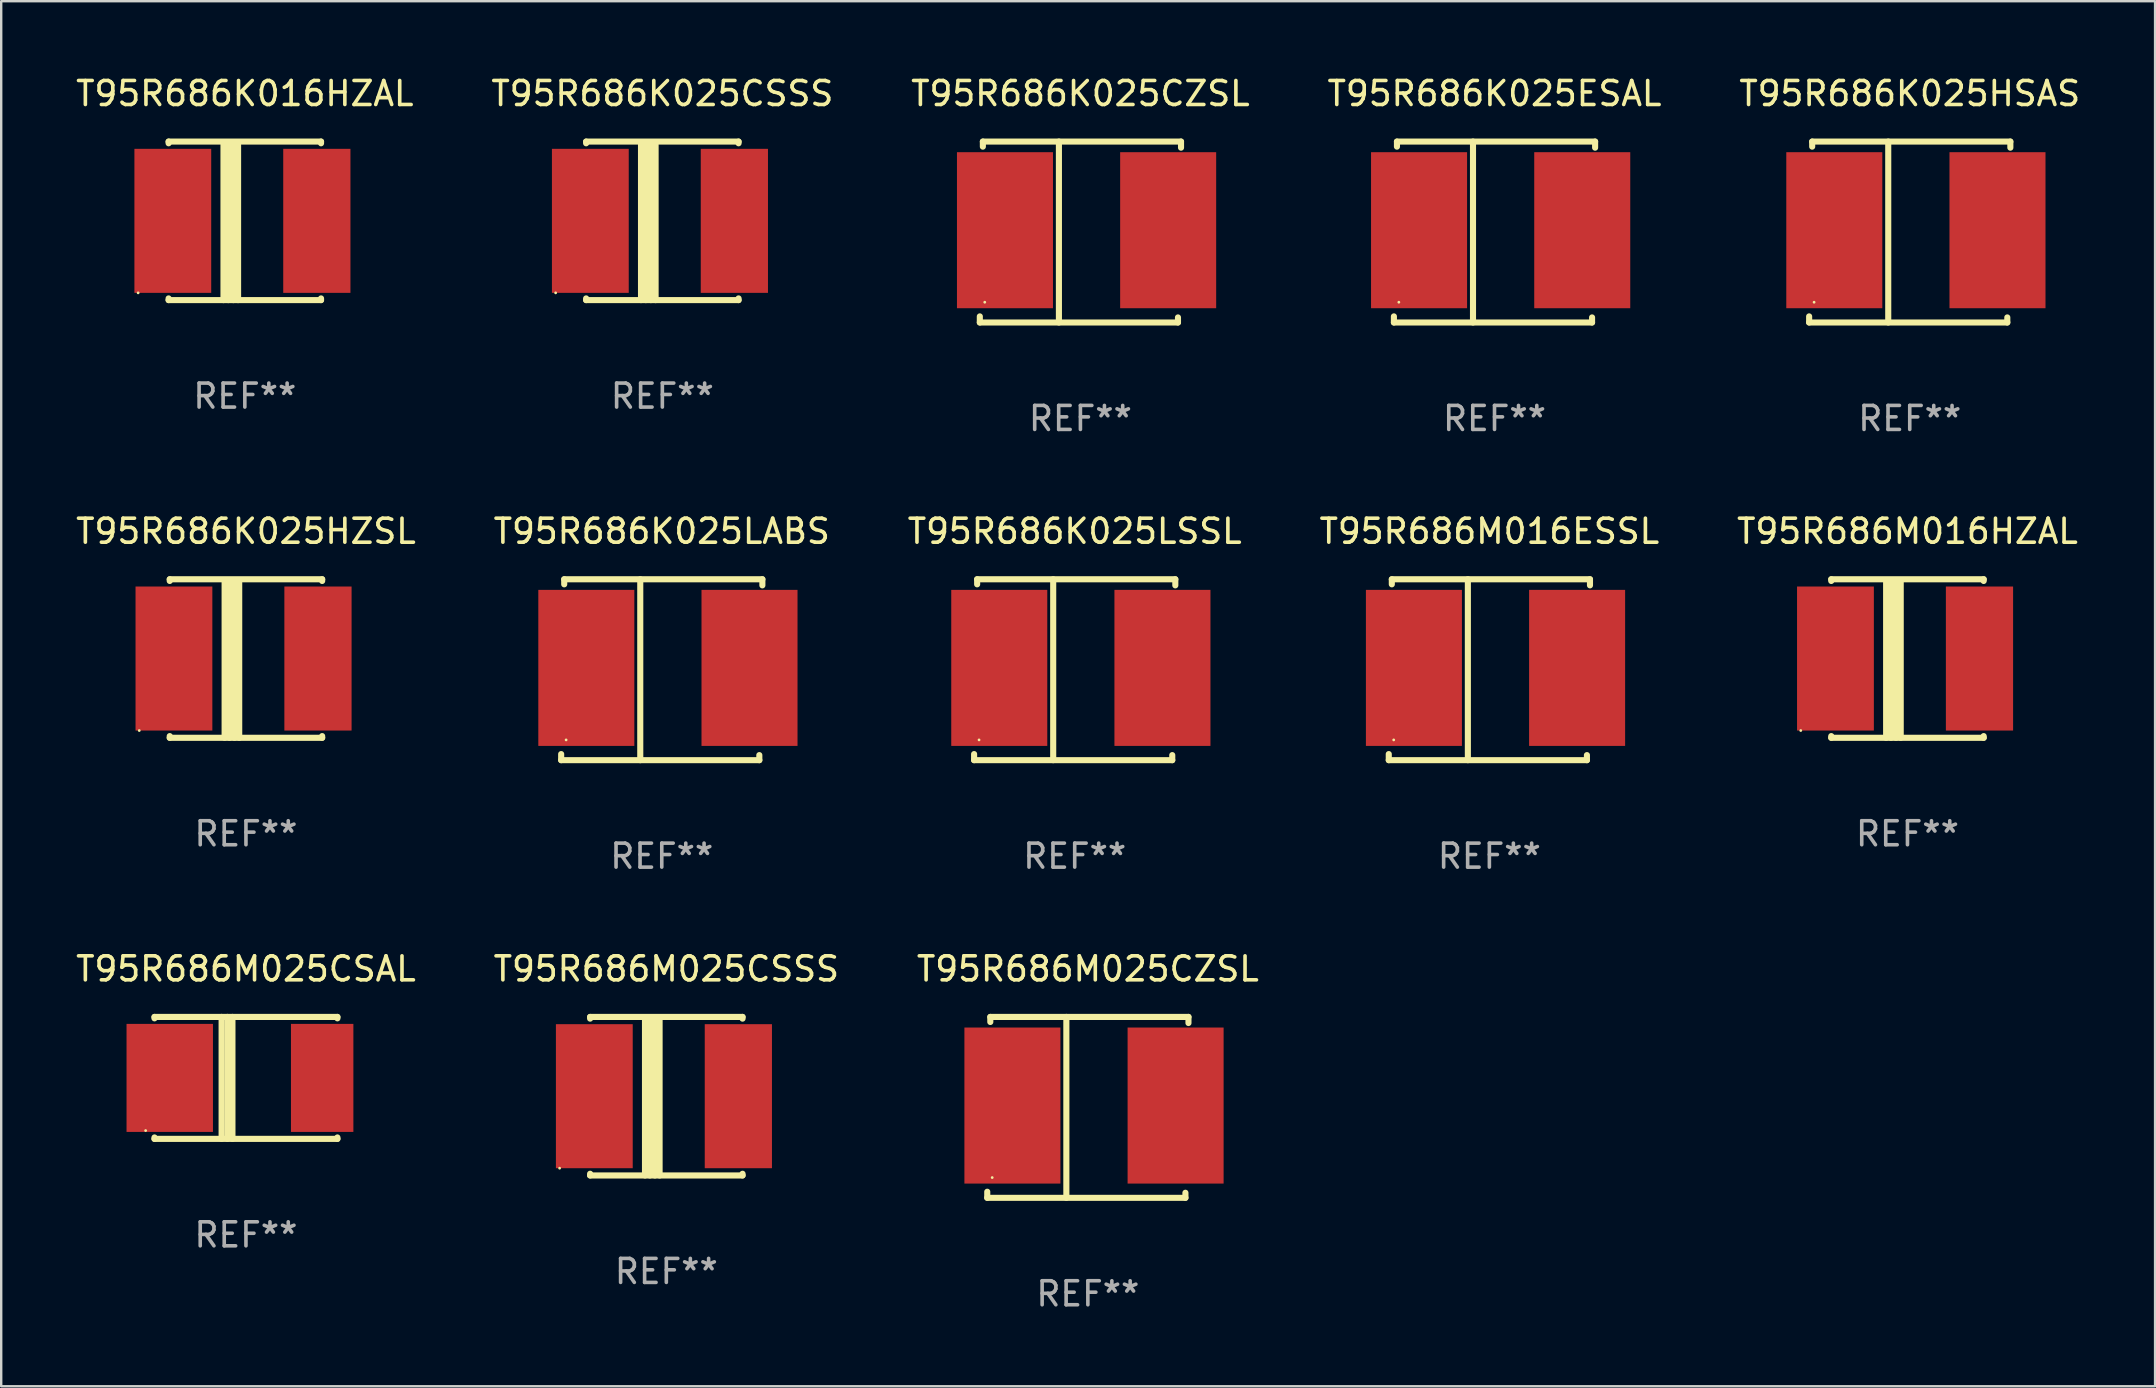
<source format=kicad_pcb>
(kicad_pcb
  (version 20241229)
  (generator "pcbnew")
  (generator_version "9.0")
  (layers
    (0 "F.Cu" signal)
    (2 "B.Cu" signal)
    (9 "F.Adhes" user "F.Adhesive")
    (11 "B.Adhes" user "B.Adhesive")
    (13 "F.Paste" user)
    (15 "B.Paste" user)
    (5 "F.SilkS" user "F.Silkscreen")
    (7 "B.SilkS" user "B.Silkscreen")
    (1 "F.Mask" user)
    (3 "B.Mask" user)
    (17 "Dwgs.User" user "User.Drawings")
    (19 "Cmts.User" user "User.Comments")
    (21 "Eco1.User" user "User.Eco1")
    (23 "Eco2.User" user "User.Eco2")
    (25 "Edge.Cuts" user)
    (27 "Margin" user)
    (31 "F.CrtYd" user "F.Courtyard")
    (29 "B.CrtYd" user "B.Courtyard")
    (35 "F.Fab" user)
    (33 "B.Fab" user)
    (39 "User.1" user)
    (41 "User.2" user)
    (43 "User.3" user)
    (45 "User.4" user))
  (footprint "T95R686M025CZSL"
    (layer "F.Cu")
    (at 42.268 43.081)
    (property "Reference" "T95R686M025CZSL" (at 0 -5.768 0) (layer "F.SilkS") (effects (font (size 1 1) (thickness 0.15))))
    (attr through_hole)
    (fp_line (start -4.191 3.768) (end -4.191 3.514) (stroke (width 0.254) (type solid)) (layer "F.SilkS"))
    (fp_line (start -4.064 -3.768) (end 4.191 -3.768) (stroke (width 0.254) (type solid)) (layer "F.SilkS"))
    (fp_line (start -4.064 -3.557) (end -4.064 -3.768) (stroke (width 0.254) (type solid)) (layer "F.SilkS"))
    (fp_line (start -0.896 -3.768) (end -0.896 3.768) (stroke (width 0.254) (type solid)) (layer "F.SilkS"))
    (fp_line (start 4.064 3.557) (end 4.064 3.768) (stroke (width 0.254) (type solid)) (layer "F.SilkS"))
    (fp_line (start 4.064 3.768) (end -4.191 3.768) (stroke (width 0.254) (type solid)) (layer "F.SilkS"))
    (fp_line (start 4.191 -3.768) (end 4.191 -3.514) (stroke (width 0.254) (type solid)) (layer "F.SilkS"))
    (fp_circle (center -3.985 2.924) (end -3.955 2.924) (stroke (width 0.06) (type solid)) (fill no) (layer "F.SilkS"))
    (fp_text user "REF**" (at 0 7.768 0) (layer "F.Fab") (effects (font (size 1 1) (thickness 0.15))))
    (pad "1" smd rect (at -3.143 -0.076 270) (size 6.5 4) (layers "F.Cu" "F.Mask" "F.Paste"))
    (pad "2" smd rect (at 3.655 -0.076 270) (size 6.5 4) (layers "F.Cu" "F.Mask" "F.Paste")))
  (footprint "T95R686K025CSSS"
    (layer "F.Cu")
    (at 24.542 6.15)
    (property "Reference" "T95R686K025CSSS" (at 0 -5.302 0) (layer "F.SilkS") (effects (font (size 1 1) (thickness 0.15))))
    (attr through_hole)
    (fp_line (start -3.175 -3.231) (end -3.175 -3.302) (stroke (width 0.254) (type solid)) (layer "F.SilkS"))
    (fp_line (start -3.175 3.302) (end -3.175 3.231) (stroke (width 0.254) (type solid)) (layer "F.SilkS"))
    (fp_line (start -3.175 3.302) (end 3.175 3.302) (stroke (width 0.254) (type solid)) (layer "F.SilkS"))
    (fp_line (start -0.889 -3.175) (end -0.889 3.302) (stroke (width 0.254) (type solid)) (layer "F.SilkS"))
    (fp_line (start -0.688 -3.175) (end -0.688 3.302) (stroke (width 0.254) (type solid)) (layer "F.SilkS"))
    (fp_line (start -0.478 -3.175) (end -0.478 3.302) (stroke (width 0.254) (type solid)) (layer "F.SilkS"))
    (fp_line (start -0.281 -3.175) (end -0.281 3.302) (stroke (width 0.254) (type solid)) (layer "F.SilkS"))
    (fp_line (start 3.175 -3.302) (end -3.175 -3.302) (stroke (width 0.254) (type solid)) (layer "F.SilkS"))
    (fp_line (start 3.175 -3.302) (end 3.175 -3.231) (stroke (width 0.254) (type solid)) (layer "F.SilkS"))
    (fp_line (start 3.175 3.231) (end 3.175 3.302) (stroke (width 0.254) (type solid)) (layer "F.SilkS"))
    (fp_circle (center -4.445 3) (end -4.415 3) (stroke (width 0.06) (type solid)) (fill no) (layer "F.SilkS"))
    (fp_text user "REF**" (at 0 7.302 0) (layer "F.Fab") (effects (font (size 1 1) (thickness 0.15))))
    (pad "1" smd rect (at -3 0) (size 3.2 6) (layers "F.Cu" "F.Mask" "F.Paste"))
    (pad "2" smd rect (at 3 0) (size 2.8 6) (layers "F.Cu" "F.Mask" "F.Paste")))
  (footprint "T95R686K025ESAL"
    (layer "F.Cu")
    (at 59.208 6.616)
    (property "Reference" "T95R686K025ESAL" (at 0 -5.768 0) (layer "F.SilkS") (effects (font (size 1 1) (thickness 0.15))))
    (attr through_hole)
    (fp_line (start -4.191 3.768) (end -4.191 3.514) (stroke (width 0.254) (type solid)) (layer "F.SilkS"))
    (fp_line (start -4.064 -3.768) (end 4.191 -3.768) (stroke (width 0.254) (type solid)) (layer "F.SilkS"))
    (fp_line (start -4.064 -3.557) (end -4.064 -3.768) (stroke (width 0.254) (type solid)) (layer "F.SilkS"))
    (fp_line (start -0.896 -3.768) (end -0.896 3.768) (stroke (width 0.254) (type solid)) (layer "F.SilkS"))
    (fp_line (start 4.064 3.557) (end 4.064 3.768) (stroke (width 0.254) (type solid)) (layer "F.SilkS"))
    (fp_line (start 4.064 3.768) (end -4.191 3.768) (stroke (width 0.254) (type solid)) (layer "F.SilkS"))
    (fp_line (start 4.191 -3.768) (end 4.191 -3.514) (stroke (width 0.254) (type solid)) (layer "F.SilkS"))
    (fp_circle (center -3.985 2.924) (end -3.955 2.924) (stroke (width 0.06) (type solid)) (fill no) (layer "F.SilkS"))
    (fp_text user "REF**" (at 0 7.768 0) (layer "F.Fab") (effects (font (size 1 1) (thickness 0.15))))
    (pad "1" smd rect (at -3.143 -0.076 270) (size 6.5 4) (layers "F.Cu" "F.Mask" "F.Paste"))
    (pad "2" smd rect (at 3.655 -0.076 270) (size 6.5 4) (layers "F.Cu" "F.Mask" "F.Paste")))
  (footprint "T95R686K025HZSL"
    (layer "F.Cu")
    (at 7.196 24.383)
    (property "Reference" "T95R686K025HZSL" (at 0 -5.302 0) (layer "F.SilkS") (effects (font (size 1 1) (thickness 0.15))))
    (attr through_hole)
    (fp_line (start -3.175 -3.231) (end -3.175 -3.302) (stroke (width 0.254) (type solid)) (layer "F.SilkS"))
    (fp_line (start -3.175 3.302) (end -3.175 3.231) (stroke (width 0.254) (type solid)) (layer "F.SilkS"))
    (fp_line (start -3.175 3.302) (end 3.175 3.302) (stroke (width 0.254) (type solid)) (layer "F.SilkS"))
    (fp_line (start -0.889 -3.175) (end -0.889 3.302) (stroke (width 0.254) (type solid)) (layer "F.SilkS"))
    (fp_line (start -0.688 -3.175) (end -0.688 3.302) (stroke (width 0.254) (type solid)) (layer "F.SilkS"))
    (fp_line (start -0.478 -3.175) (end -0.478 3.302) (stroke (width 0.254) (type solid)) (layer "F.SilkS"))
    (fp_line (start -0.281 -3.175) (end -0.281 3.302) (stroke (width 0.254) (type solid)) (layer "F.SilkS"))
    (fp_line (start 3.175 -3.302) (end -3.175 -3.302) (stroke (width 0.254) (type solid)) (layer "F.SilkS"))
    (fp_line (start 3.175 -3.302) (end 3.175 -3.231) (stroke (width 0.254) (type solid)) (layer "F.SilkS"))
    (fp_line (start 3.175 3.231) (end 3.175 3.302) (stroke (width 0.254) (type solid)) (layer "F.SilkS"))
    (fp_circle (center -4.445 3) (end -4.415 3) (stroke (width 0.06) (type solid)) (fill no) (layer "F.SilkS"))
    (fp_text user "REF**" (at 0 7.302 0) (layer "F.Fab") (effects (font (size 1 1) (thickness 0.15))))
    (pad "1" smd rect (at -3 0) (size 3.2 6) (layers "F.Cu" "F.Mask" "F.Paste"))
    (pad "2" smd rect (at 3 0) (size 2.8 6) (layers "F.Cu" "F.Mask" "F.Paste")))
  (footprint "T95R686M025CSAL"
    (layer "F.Cu")
    (at 7.196 41.853)
    (property "Reference" "T95R686M025CSAL" (at 0 -4.54 0) (layer "F.SilkS") (effects (font (size 1 1) (thickness 0.15))))
    (attr through_hole)
    (fp_line (start -3.81 -2.54) (end -3.81 -2.481) (stroke (width 0.254) (type solid)) (layer "F.SilkS"))
    (fp_line (start -3.81 -2.54) (end 3.81 -2.54) (stroke (width 0.254) (type solid)) (layer "F.SilkS"))
    (fp_line (start -3.81 2.481) (end -3.81 2.54) (stroke (width 0.254) (type solid)) (layer "F.SilkS"))
    (fp_line (start -3.81 2.54) (end 3.81 2.54) (stroke (width 0.254) (type solid)) (layer "F.SilkS"))
    (fp_line (start -1.014 -2.54) (end -1.014 2.54) (stroke (width 0.254) (type solid)) (layer "F.SilkS"))
    (fp_line (start -0.774 -2.54) (end -0.774 2.54) (stroke (width 0.254) (type solid)) (layer "F.SilkS"))
    (fp_line (start -0.563 -2.54) (end -0.563 2.54) (stroke (width 0.254) (type solid)) (layer "F.SilkS"))
    (fp_line (start 3.81 -2.481) (end 3.81 -2.54) (stroke (width 0.254) (type solid)) (layer "F.SilkS"))
    (fp_line (start 3.81 2.54) (end 3.81 2.481) (stroke (width 0.254) (type solid)) (layer "F.SilkS"))
    (fp_circle (center -4.179 2.194) (end -4.149 2.194) (stroke (width 0.06) (type solid)) (fill no) (layer "F.SilkS"))
    (fp_text user "REF**" (at 0 6.54 0) (layer "F.Fab") (effects (font (size 1 1) (thickness 0.15))))
    (pad "1" smd rect (at -3.175 0.000076) (size 3.6 4.5) (layers "F.Cu" "F.Mask" "F.Paste"))
    (pad "2" smd rect (at 3.175 0.000076) (size 2.6 4.5) (layers "F.Cu" "F.Mask" "F.Paste")))
  (footprint "T95R686M016ESSL"
    (layer "F.Cu")
    (at 58.994 24.849)
    (property "Reference" "T95R686M016ESSL" (at 0 -5.768 0) (layer "F.SilkS") (effects (font (size 1 1) (thickness 0.15))))
    (attr through_hole)
    (fp_line (start -4.191 3.768) (end -4.191 3.514) (stroke (width 0.254) (type solid)) (layer "F.SilkS"))
    (fp_line (start -4.064 -3.768) (end 4.191 -3.768) (stroke (width 0.254) (type solid)) (layer "F.SilkS"))
    (fp_line (start -4.064 -3.557) (end -4.064 -3.768) (stroke (width 0.254) (type solid)) (layer "F.SilkS"))
    (fp_line (start -0.896 -3.768) (end -0.896 3.768) (stroke (width 0.254) (type solid)) (layer "F.SilkS"))
    (fp_line (start 4.064 3.557) (end 4.064 3.768) (stroke (width 0.254) (type solid)) (layer "F.SilkS"))
    (fp_line (start 4.064 3.768) (end -4.191 3.768) (stroke (width 0.254) (type solid)) (layer "F.SilkS"))
    (fp_line (start 4.191 -3.768) (end 4.191 -3.514) (stroke (width 0.254) (type solid)) (layer "F.SilkS"))
    (fp_circle (center -3.985 2.924) (end -3.955 2.924) (stroke (width 0.06) (type solid)) (fill no) (layer "F.SilkS"))
    (fp_text user "REF**" (at 0 7.768 0) (layer "F.Fab") (effects (font (size 1 1) (thickness 0.15))))
    (pad "1" smd rect (at -3.143 -0.076 270) (size 6.5 4) (layers "F.Cu" "F.Mask" "F.Paste"))
    (pad "2" smd rect (at 3.655 -0.076 270) (size 6.5 4) (layers "F.Cu" "F.Mask" "F.Paste")))
  (footprint "T95R686K025CZSL"
    (layer "F.Cu")
    (at 41.958 6.616)
    (property "Reference" "T95R686K025CZSL" (at 0 -5.768 0) (layer "F.SilkS") (effects (font (size 1 1) (thickness 0.15))))
    (attr through_hole)
    (fp_line (start -4.191 3.768) (end -4.191 3.514) (stroke (width 0.254) (type solid)) (layer "F.SilkS"))
    (fp_line (start -4.064 -3.768) (end 4.191 -3.768) (stroke (width 0.254) (type solid)) (layer "F.SilkS"))
    (fp_line (start -4.064 -3.557) (end -4.064 -3.768) (stroke (width 0.254) (type solid)) (layer "F.SilkS"))
    (fp_line (start -0.896 -3.768) (end -0.896 3.768) (stroke (width 0.254) (type solid)) (layer "F.SilkS"))
    (fp_line (start 4.064 3.557) (end 4.064 3.768) (stroke (width 0.254) (type solid)) (layer "F.SilkS"))
    (fp_line (start 4.064 3.768) (end -4.191 3.768) (stroke (width 0.254) (type solid)) (layer "F.SilkS"))
    (fp_line (start 4.191 -3.768) (end 4.191 -3.514) (stroke (width 0.254) (type solid)) (layer "F.SilkS"))
    (fp_circle (center -3.985 2.924) (end -3.955 2.924) (stroke (width 0.06) (type solid)) (fill no) (layer "F.SilkS"))
    (fp_text user "REF**" (at 0 7.768 0) (layer "F.Fab") (effects (font (size 1 1) (thickness 0.15))))
    (pad "1" smd rect (at -3.143 -0.076 270) (size 6.5 4) (layers "F.Cu" "F.Mask" "F.Paste"))
    (pad "2" smd rect (at 3.655 -0.076 270) (size 6.5 4) (layers "F.Cu" "F.Mask" "F.Paste")))
  (footprint "T95R686K025LABS"
    (layer "F.Cu")
    (at 24.518 24.849)
    (property "Reference" "T95R686K025LABS" (at 0 -5.768 0) (layer "F.SilkS") (effects (font (size 1 1) (thickness 0.15))))
    (attr through_hole)
    (fp_line (start -4.191 3.768) (end -4.191 3.514) (stroke (width 0.254) (type solid)) (layer "F.SilkS"))
    (fp_line (start -4.064 -3.768) (end 4.191 -3.768) (stroke (width 0.254) (type solid)) (layer "F.SilkS"))
    (fp_line (start -4.064 -3.557) (end -4.064 -3.768) (stroke (width 0.254) (type solid)) (layer "F.SilkS"))
    (fp_line (start -0.896 -3.768) (end -0.896 3.768) (stroke (width 0.254) (type solid)) (layer "F.SilkS"))
    (fp_line (start 4.064 3.557) (end 4.064 3.768) (stroke (width 0.254) (type solid)) (layer "F.SilkS"))
    (fp_line (start 4.064 3.768) (end -4.191 3.768) (stroke (width 0.254) (type solid)) (layer "F.SilkS"))
    (fp_line (start 4.191 -3.768) (end 4.191 -3.514) (stroke (width 0.254) (type solid)) (layer "F.SilkS"))
    (fp_circle (center -3.985 2.924) (end -3.955 2.924) (stroke (width 0.06) (type solid)) (fill no) (layer "F.SilkS"))
    (fp_text user "REF**" (at 0 7.768 0) (layer "F.Fab") (effects (font (size 1 1) (thickness 0.15))))
    (pad "1" smd rect (at -3.143 -0.076 270) (size 6.5 4) (layers "F.Cu" "F.Mask" "F.Paste"))
    (pad "2" smd rect (at 3.655 -0.076 270) (size 6.5 4) (layers "F.Cu" "F.Mask" "F.Paste")))
  (footprint "T95R686K025LSSL"
    (layer "F.Cu")
    (at 41.72 24.849)
    (property "Reference" "T95R686K025LSSL" (at 0 -5.768 0) (layer "F.SilkS") (effects (font (size 1 1) (thickness 0.15))))
    (attr through_hole)
    (fp_line (start -4.191 3.768) (end -4.191 3.514) (stroke (width 0.254) (type solid)) (layer "F.SilkS"))
    (fp_line (start -4.064 -3.768) (end 4.191 -3.768) (stroke (width 0.254) (type solid)) (layer "F.SilkS"))
    (fp_line (start -4.064 -3.557) (end -4.064 -3.768) (stroke (width 0.254) (type solid)) (layer "F.SilkS"))
    (fp_line (start -0.896 -3.768) (end -0.896 3.768) (stroke (width 0.254) (type solid)) (layer "F.SilkS"))
    (fp_line (start 4.064 3.557) (end 4.064 3.768) (stroke (width 0.254) (type solid)) (layer "F.SilkS"))
    (fp_line (start 4.064 3.768) (end -4.191 3.768) (stroke (width 0.254) (type solid)) (layer "F.SilkS"))
    (fp_line (start 4.191 -3.768) (end 4.191 -3.514) (stroke (width 0.254) (type solid)) (layer "F.SilkS"))
    (fp_circle (center -3.985 2.924) (end -3.955 2.924) (stroke (width 0.06) (type solid)) (fill no) (layer "F.SilkS"))
    (fp_text user "REF**" (at 0 7.768 0) (layer "F.Fab") (effects (font (size 1 1) (thickness 0.15))))
    (pad "1" smd rect (at -3.143 -0.076 270) (size 6.5 4) (layers "F.Cu" "F.Mask" "F.Paste"))
    (pad "2" smd rect (at 3.655 -0.076 270) (size 6.5 4) (layers "F.Cu" "F.Mask" "F.Paste")))
  (footprint "T95R686M025CSSS"
    (layer "F.Cu")
    (at 24.708 42.615)
    (property "Reference" "T95R686M025CSSS" (at 0 -5.302 0) (layer "F.SilkS") (effects (font (size 1 1) (thickness 0.15))))
    (attr through_hole)
    (fp_line (start -3.175 -3.231) (end -3.175 -3.302) (stroke (width 0.254) (type solid)) (layer "F.SilkS"))
    (fp_line (start -3.175 3.302) (end -3.175 3.231) (stroke (width 0.254) (type solid)) (layer "F.SilkS"))
    (fp_line (start -3.175 3.302) (end 3.175 3.302) (stroke (width 0.254) (type solid)) (layer "F.SilkS"))
    (fp_line (start -0.889 -3.175) (end -0.889 3.302) (stroke (width 0.254) (type solid)) (layer "F.SilkS"))
    (fp_line (start -0.688 -3.175) (end -0.688 3.302) (stroke (width 0.254) (type solid)) (layer "F.SilkS"))
    (fp_line (start -0.478 -3.175) (end -0.478 3.302) (stroke (width 0.254) (type solid)) (layer "F.SilkS"))
    (fp_line (start -0.281 -3.175) (end -0.281 3.302) (stroke (width 0.254) (type solid)) (layer "F.SilkS"))
    (fp_line (start 3.175 -3.302) (end -3.175 -3.302) (stroke (width 0.254) (type solid)) (layer "F.SilkS"))
    (fp_line (start 3.175 -3.302) (end 3.175 -3.231) (stroke (width 0.254) (type solid)) (layer "F.SilkS"))
    (fp_line (start 3.175 3.231) (end 3.175 3.302) (stroke (width 0.254) (type solid)) (layer "F.SilkS"))
    (fp_circle (center -4.445 3) (end -4.415 3) (stroke (width 0.06) (type solid)) (fill no) (layer "F.SilkS"))
    (fp_text user "REF**" (at 0 7.302 0) (layer "F.Fab") (effects (font (size 1 1) (thickness 0.15))))
    (pad "1" smd rect (at -3 0) (size 3.2 6) (layers "F.Cu" "F.Mask" "F.Paste"))
    (pad "2" smd rect (at 3 0) (size 2.8 6) (layers "F.Cu" "F.Mask" "F.Paste")))
  (footprint "T95R686M016HZAL"
    (layer "F.Cu")
    (at 76.411 24.383)
    (property "Reference" "T95R686M016HZAL" (at 0 -5.302 0) (layer "F.SilkS") (effects (font (size 1 1) (thickness 0.15))))
    (attr through_hole)
    (fp_line (start -3.175 -3.231) (end -3.175 -3.302) (stroke (width 0.254) (type solid)) (layer "F.SilkS"))
    (fp_line (start -3.175 3.302) (end -3.175 3.231) (stroke (width 0.254) (type solid)) (layer "F.SilkS"))
    (fp_line (start -3.175 3.302) (end 3.175 3.302) (stroke (width 0.254) (type solid)) (layer "F.SilkS"))
    (fp_line (start -0.889 -3.175) (end -0.889 3.302) (stroke (width 0.254) (type solid)) (layer "F.SilkS"))
    (fp_line (start -0.688 -3.175) (end -0.688 3.302) (stroke (width 0.254) (type solid)) (layer "F.SilkS"))
    (fp_line (start -0.478 -3.175) (end -0.478 3.302) (stroke (width 0.254) (type solid)) (layer "F.SilkS"))
    (fp_line (start -0.281 -3.175) (end -0.281 3.302) (stroke (width 0.254) (type solid)) (layer "F.SilkS"))
    (fp_line (start 3.175 -3.302) (end -3.175 -3.302) (stroke (width 0.254) (type solid)) (layer "F.SilkS"))
    (fp_line (start 3.175 -3.302) (end 3.175 -3.231) (stroke (width 0.254) (type solid)) (layer "F.SilkS"))
    (fp_line (start 3.175 3.231) (end 3.175 3.302) (stroke (width 0.254) (type solid)) (layer "F.SilkS"))
    (fp_circle (center -4.445 3) (end -4.415 3) (stroke (width 0.06) (type solid)) (fill no) (layer "F.SilkS"))
    (fp_text user "REF**" (at 0 7.302 0) (layer "F.Fab") (effects (font (size 1 1) (thickness 0.15))))
    (pad "1" smd rect (at -3 0) (size 3.2 6) (layers "F.Cu" "F.Mask" "F.Paste"))
    (pad "2" smd rect (at 3 0) (size 2.8 6) (layers "F.Cu" "F.Mask" "F.Paste")))
  (footprint "T95R686K025HSAS"
    (layer "F.Cu")
    (at 76.506 6.616)
    (property "Reference" "T95R686K025HSAS" (at 0 -5.768 0) (layer "F.SilkS") (effects (font (size 1 1) (thickness 0.15))))
    (attr through_hole)
    (fp_line (start -4.191 3.768) (end -4.191 3.514) (stroke (width 0.254) (type solid)) (layer "F.SilkS"))
    (fp_line (start -4.064 -3.768) (end 4.191 -3.768) (stroke (width 0.254) (type solid)) (layer "F.SilkS"))
    (fp_line (start -4.064 -3.557) (end -4.064 -3.768) (stroke (width 0.254) (type solid)) (layer "F.SilkS"))
    (fp_line (start -0.896 -3.768) (end -0.896 3.768) (stroke (width 0.254) (type solid)) (layer "F.SilkS"))
    (fp_line (start 4.064 3.557) (end 4.064 3.768) (stroke (width 0.254) (type solid)) (layer "F.SilkS"))
    (fp_line (start 4.064 3.768) (end -4.191 3.768) (stroke (width 0.254) (type solid)) (layer "F.SilkS"))
    (fp_line (start 4.191 -3.768) (end 4.191 -3.514) (stroke (width 0.254) (type solid)) (layer "F.SilkS"))
    (fp_circle (center -3.985 2.924) (end -3.955 2.924) (stroke (width 0.06) (type solid)) (fill no) (layer "F.SilkS"))
    (fp_text user "REF**" (at 0 7.768 0) (layer "F.Fab") (effects (font (size 1 1) (thickness 0.15))))
    (pad "1" smd rect (at -3.143 -0.076 270) (size 6.5 4) (layers "F.Cu" "F.Mask" "F.Paste"))
    (pad "2" smd rect (at 3.655 -0.076 270) (size 6.5 4) (layers "F.Cu" "F.Mask" "F.Paste")))
  (footprint "T95R686K016HZAL"
    (layer "F.Cu")
    (at 7.149 6.15)
    (property "Reference" "T95R686K016HZAL" (at 0 -5.302 0) (layer "F.SilkS") (effects (font (size 1 1) (thickness 0.15))))
    (attr through_hole)
    (fp_line (start -3.175 -3.231) (end -3.175 -3.302) (stroke (width 0.254) (type solid)) (layer "F.SilkS"))
    (fp_line (start -3.175 3.302) (end -3.175 3.231) (stroke (width 0.254) (type solid)) (layer "F.SilkS"))
    (fp_line (start -3.175 3.302) (end 3.175 3.302) (stroke (width 0.254) (type solid)) (layer "F.SilkS"))
    (fp_line (start -0.889 -3.175) (end -0.889 3.302) (stroke (width 0.254) (type solid)) (layer "F.SilkS"))
    (fp_line (start -0.688 -3.175) (end -0.688 3.302) (stroke (width 0.254) (type solid)) (layer "F.SilkS"))
    (fp_line (start -0.478 -3.175) (end -0.478 3.302) (stroke (width 0.254) (type solid)) (layer "F.SilkS"))
    (fp_line (start -0.281 -3.175) (end -0.281 3.302) (stroke (width 0.254) (type solid)) (layer "F.SilkS"))
    (fp_line (start 3.175 -3.302) (end -3.175 -3.302) (stroke (width 0.254) (type solid)) (layer "F.SilkS"))
    (fp_line (start 3.175 -3.302) (end 3.175 -3.231) (stroke (width 0.254) (type solid)) (layer "F.SilkS"))
    (fp_line (start 3.175 3.231) (end 3.175 3.302) (stroke (width 0.254) (type solid)) (layer "F.SilkS"))
    (fp_circle (center -4.445 3) (end -4.415 3) (stroke (width 0.06) (type solid)) (fill no) (layer "F.SilkS"))
    (fp_text user "REF**" (at 0 7.302 0) (layer "F.Fab") (effects (font (size 1 1) (thickness 0.15))))
    (pad "1" smd rect (at -3 0) (size 3.2 6) (layers "F.Cu" "F.Mask" "F.Paste"))
    (pad "2" smd rect (at 3 0) (size 2.8 6) (layers "F.Cu" "F.Mask" "F.Paste")))
  (gr_rect
    (start -3 -3)
    (end 86.726 54.698)
    (stroke (width 0.1) (type default))
    (fill no)
    (layer "Edge.Cuts")))
</source>
